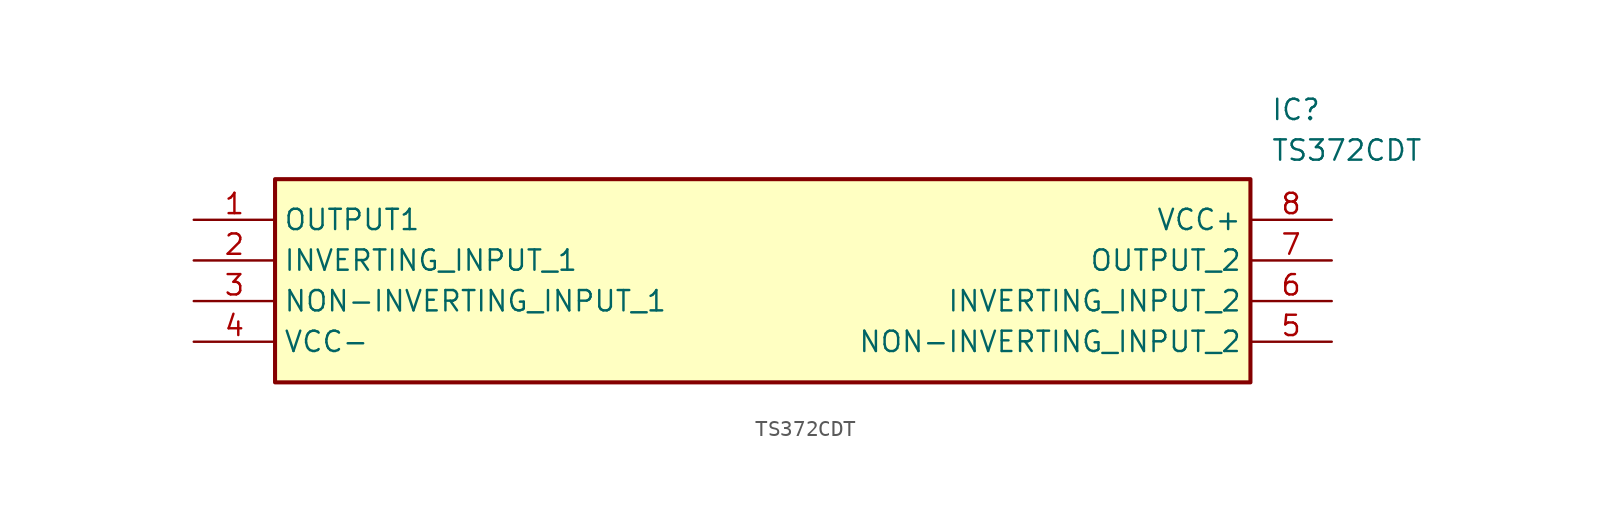
<source format=kicad_sym>
(kicad_symbol_lib
  (version 20211014)
  (generator SamacSys_ECAD_Model)
  (symbol "TS372CDT"
    (property "Reference" "IC"
      (at 67.31 7.62 0)
      (effects (font (size 1.27 1.27)) (justify left top)))
    (property "Value" "TS372CDT"
      (at 67.31 5.08 0)
      (effects (font (size 1.27 1.27)) (justify left top)))
    (rectangle
      (start 5.08 2.54)
      (end 66.04 -10.16)
      (stroke (width 0.254) (type default))
      (fill (type background)))
    (pin passive line
      (at 0 0 0)
      (length 5.08)
      (name "OUTPUT1" (effects (font (size 1.27 1.27))))
      (number "1" (effects (font (size 1.27 1.27)))))
    (pin passive line
      (at 0 -2.54 0)
      (length 5.08)
      (name "INVERTING_INPUT_1" (effects (font (size 1.27 1.27))))
      (number "2" (effects (font (size 1.27 1.27)))))
    (pin passive line
      (at 0 -5.08 0)
      (length 5.08)
      (name "NON-INVERTING_INPUT_1" (effects (font (size 1.27 1.27))))
      (number "3" (effects (font (size 1.27 1.27)))))
    (pin passive line
      (at 0 -7.62 0)
      (length 5.08)
      (name "VCC-" (effects (font (size 1.27 1.27))))
      (number "4" (effects (font (size 1.27 1.27)))))
    (pin passive line
      (at 71.12 0 180)
      (length 5.08)
      (name "VCC+" (effects (font (size 1.27 1.27))))
      (number "8" (effects (font (size 1.27 1.27)))))
    (pin passive line
      (at 71.12 -2.54 180)
      (length 5.08)
      (name "OUTPUT_2" (effects (font (size 1.27 1.27))))
      (number "7" (effects (font (size 1.27 1.27)))))
    (pin passive line
      (at 71.12 -5.08 180)
      (length 5.08)
      (name "INVERTING_INPUT_2" (effects (font (size 1.27 1.27))))
      (number "6" (effects (font (size 1.27 1.27)))))
    (pin passive line
      (at 71.12 -7.62 180)
      (length 5.08)
      (name "NON-INVERTING_INPUT_2" (effects (font (size 1.27 1.27))))
      (number "5" (effects (font (size 1.27 1.27)))))))
</source>
